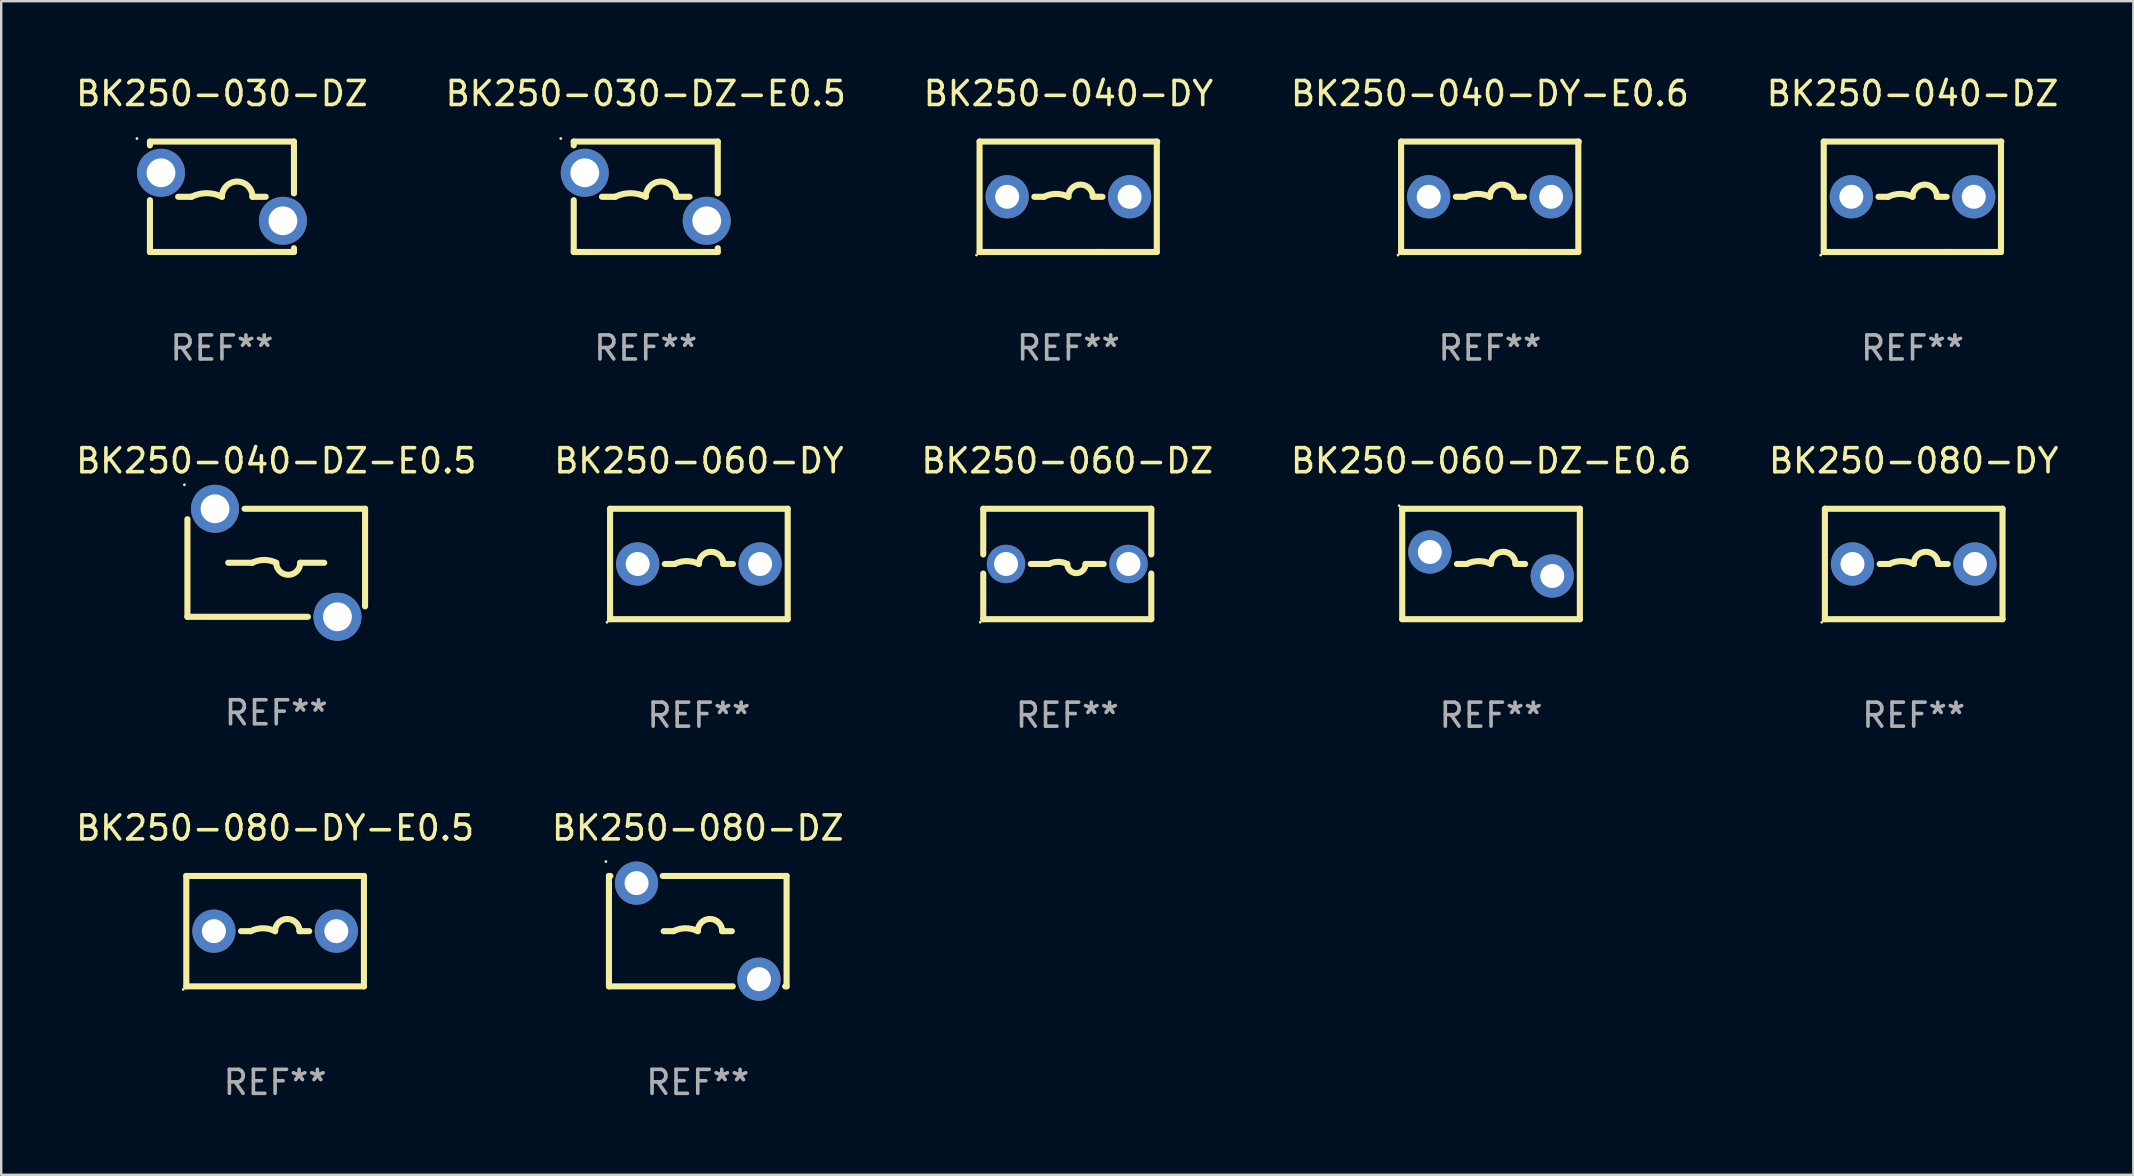
<source format=kicad_pcb>
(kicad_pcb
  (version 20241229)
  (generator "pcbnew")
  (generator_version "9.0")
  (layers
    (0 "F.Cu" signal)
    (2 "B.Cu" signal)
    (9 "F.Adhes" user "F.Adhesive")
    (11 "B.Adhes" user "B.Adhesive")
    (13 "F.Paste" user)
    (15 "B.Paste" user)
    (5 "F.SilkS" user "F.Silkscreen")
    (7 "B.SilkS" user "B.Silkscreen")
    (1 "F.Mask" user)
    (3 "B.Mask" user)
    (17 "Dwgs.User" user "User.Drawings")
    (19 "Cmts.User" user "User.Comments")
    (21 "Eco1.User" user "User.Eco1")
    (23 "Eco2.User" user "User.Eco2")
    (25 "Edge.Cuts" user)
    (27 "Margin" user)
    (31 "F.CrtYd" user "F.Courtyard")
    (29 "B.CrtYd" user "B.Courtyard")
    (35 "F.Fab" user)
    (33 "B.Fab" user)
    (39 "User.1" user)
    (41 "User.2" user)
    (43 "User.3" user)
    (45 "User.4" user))
  (footprint "BK250-040-DY"
    (layer "F.Cu")
    (at 41.458 5.148)
    (property "Reference" "BK250-040-DY" (at 0 -4.3 0) (layer "F.SilkS") (effects (font (size 1 1) (thickness 0.15))))
    (attr through_hole)
    (fp_line (start -3.7 -2.3) (end 3.7 -2.3) (stroke (width 0.254) (type solid)) (layer "F.SilkS"))
    (fp_line (start -3.7 2.3) (end -3.7 -2.3) (stroke (width 0.254) (type solid)) (layer "F.SilkS"))
    (fp_line (start -3.7 2.3) (end 1.459 2.3) (stroke (width 0.254) (type solid)) (layer "F.SilkS"))
    (fp_line (start -1.016 -0.000013) (end -1.419 -0.000013) (stroke (width 0.254) (type solid)) (layer "F.SilkS"))
    (fp_line (start 1.016 -0.000013) (end 1.419 -0.000013) (stroke (width 0.254) (type solid)) (layer "F.SilkS"))
    (fp_line (start 1.397 2.3) (end 3.683 2.3) (stroke (width 0.254) (type solid)) (layer "F.SilkS"))
    (fp_line (start 3.683 2.3) (end 3.683 -2.3) (stroke (width 0.254) (type solid)) (layer "F.SilkS"))
    (fp_arc (start -1.016002 -0.000013) (mid -0.508001 -0.119936) (end 0 -0.000013) (stroke (width 0.254001) (type solid)) (layer "F.SilkS"))
    (fp_arc (start 0 -0.000013) (mid 0.508001 -0.508014) (end 1.016002 -0.000013) (stroke (width 0.254001) (type solid)) (layer "F.SilkS"))
    (fp_circle (center -3.827 2.427) (end -3.797 2.427) (stroke (width 0.06) (type solid)) (fill no) (layer "F.SilkS"))
    (fp_text user "REF**" (at 0 6.3 0) (layer "F.Fab") (effects (font (size 1 1) (thickness 0.15))))
    (pad "1" thru_hole circle (at -2.55 -0.000013) (size 1.8 1.8) (drill 1) (layers "*.Cu" "*.Mask"))
    (pad "2" thru_hole circle (at 2.55 -0.000013) (size 1.8 1.8) (drill 1) (layers "*.Cu" "*.Mask")))
  (footprint "BK250-030-DZ-E0.5"
    (layer "F.Cu")
    (at 23.851 5.148)
    (property "Reference" "BK250-030-DZ-E0.5" (at 0 -4.3 0) (layer "F.SilkS") (effects (font (size 1 1) (thickness 0.15))))
    (attr through_hole)
    (fp_line (start -3 -2.3) (end -3 -2.142) (stroke (width 0.254) (type solid)) (layer "F.SilkS"))
    (fp_line (start -3 -2.3) (end 3 -2.3) (stroke (width 0.254) (type solid)) (layer "F.SilkS"))
    (fp_line (start -3 0.142) (end -3 2.3) (stroke (width 0.254) (type solid)) (layer "F.SilkS"))
    (fp_line (start -1.824 0) (end -1.27 0) (stroke (width 0.254) (type solid)) (layer "F.SilkS"))
    (fp_line (start 1.824 0) (end 1.27 0) (stroke (width 0.254) (type solid)) (layer "F.SilkS"))
    (fp_line (start 3 -2.3) (end 3 -0.142) (stroke (width 0.254) (type solid)) (layer "F.SilkS"))
    (fp_line (start 3 2.142) (end 3 2.3) (stroke (width 0.254) (type solid)) (layer "F.SilkS"))
    (fp_line (start 3 2.3) (end -3 2.3) (stroke (width 0.254) (type solid)) (layer "F.SilkS"))
    (fp_arc (start -1.270003 0) (mid -0.635001 -0.149904) (end 0 0) (stroke (width 0.254001) (type solid)) (layer "F.SilkS"))
    (fp_arc (start -0.000001 0) (mid 0.635001 -0.635002) (end 1.270003 0) (stroke (width 0.254001) (type solid)) (layer "F.SilkS"))
    (fp_circle (center -3.54 -2.427) (end -3.51 -2.427) (stroke (width 0.06) (type solid)) (fill no) (layer "F.SilkS"))
    (fp_text user "REF**" (at 0 6.3 0) (layer "F.Fab") (effects (font (size 1 1) (thickness 0.15))))
    (pad "1" thru_hole circle (at -2.54 -1) (size 2 2) (drill 1.2) (layers "*.Cu" "*.Mask"))
    (pad "2" thru_hole circle (at 2.54 1) (size 2 2) (drill 1.2) (layers "*.Cu" "*.Mask")))
  (footprint "BK250-060-DZ-E0.6"
    (layer "F.Cu")
    (at 59.065 20.445)
    (property "Reference" "BK250-060-DZ-E0.6" (at 0 -4.3 0) (layer "F.SilkS") (effects (font (size 1 1) (thickness 0.15))))
    (attr through_hole)
    (fp_line (start -3.7 -2.3) (end 3.7 -2.3) (stroke (width 0.254) (type solid)) (layer "F.SilkS"))
    (fp_line (start -3.7 2.3) (end -3.7 -2.3) (stroke (width 0.254) (type solid)) (layer "F.SilkS"))
    (fp_line (start -1.419 0) (end -1.016 0) (stroke (width 0.254) (type solid)) (layer "F.SilkS"))
    (fp_line (start 1.419 0) (end 1.016 0) (stroke (width 0.254) (type solid)) (layer "F.SilkS"))
    (fp_line (start 3.7 -2.3) (end 3.7 2.3) (stroke (width 0.254) (type solid)) (layer "F.SilkS"))
    (fp_line (start 3.7 2.3) (end -3.7 2.3) (stroke (width 0.254) (type solid)) (layer "F.SilkS"))
    (fp_arc (start -1.016002 0) (mid -0.508001 -0.119923) (end 0 0) (stroke (width 0.254001) (type solid)) (layer "F.SilkS"))
    (fp_arc (start 0 0) (mid 0.508001 -0.508001) (end 1.016002 0) (stroke (width 0.254001) (type solid)) (layer "F.SilkS"))
    (fp_circle (center -3.827 -2.427) (end -3.797 -2.427) (stroke (width 0.06) (type solid)) (fill no) (layer "F.SilkS"))
    (fp_text user "REF**" (at 0 6.3 0) (layer "F.Fab") (effects (font (size 1 1) (thickness 0.15))))
    (pad "1" thru_hole circle (at -2.55 -0.5) (size 1.8 1.8) (drill 1) (layers "*.Cu" "*.Mask"))
    (pad "2" thru_hole circle (at 2.55 0.5) (size 1.8 1.8) (drill 1) (layers "*.Cu" "*.Mask")))
  (footprint "BK250-080-DY-E0.5"
    (layer "F.Cu")
    (at 8.411 35.741)
    (property "Reference" "BK250-080-DY-E0.5" (at 0 -4.3 0) (layer "F.SilkS") (effects (font (size 1 1) (thickness 0.15))))
    (attr through_hole)
    (fp_line (start -3.7 -2.3) (end 3.7 -2.3) (stroke (width 0.254) (type solid)) (layer "F.SilkS"))
    (fp_line (start -3.7 2.3) (end -3.7 -2.3) (stroke (width 0.254) (type solid)) (layer "F.SilkS"))
    (fp_line (start -1.419 0) (end -1.016 0) (stroke (width 0.254) (type solid)) (layer "F.SilkS"))
    (fp_line (start 1.419 0) (end 1.016 0) (stroke (width 0.254) (type solid)) (layer "F.SilkS"))
    (fp_line (start 3.7 -2.3) (end 3.7 2.3) (stroke (width 0.254) (type solid)) (layer "F.SilkS"))
    (fp_line (start 3.7 2.3) (end -3.7 2.3) (stroke (width 0.254) (type solid)) (layer "F.SilkS"))
    (fp_arc (start -1.016002 0) (mid -0.508001 -0.119923) (end 0 0) (stroke (width 0.254001) (type solid)) (layer "F.SilkS"))
    (fp_arc (start 0 0) (mid 0.508001 -0.508001) (end 1.016002 0) (stroke (width 0.254001) (type solid)) (layer "F.SilkS"))
    (fp_circle (center -3.827 2.427) (end -3.797 2.427) (stroke (width 0.06) (type solid)) (fill no) (layer "F.SilkS"))
    (fp_text user "REF**" (at 0 6.3 0) (layer "F.Fab") (effects (font (size 1 1) (thickness 0.15))))
    (pad "1" thru_hole circle (at -2.55 0) (size 1.8 1.8) (drill 1) (layers "*.Cu" "*.Mask"))
    (pad "2" thru_hole circle (at 2.55 0) (size 1.8 1.8) (drill 1) (layers "*.Cu" "*.Mask")))
  (footprint "BK250-030-DZ"
    (layer "F.Cu")
    (at 6.196 5.148)
    (property "Reference" "BK250-030-DZ" (at 0 -4.3 0) (layer "F.SilkS") (effects (font (size 1 1) (thickness 0.15))))
    (attr through_hole)
    (fp_line (start -3 -2.3) (end -3 -2.142) (stroke (width 0.254) (type solid)) (layer "F.SilkS"))
    (fp_line (start -3 -2.3) (end 3 -2.3) (stroke (width 0.254) (type solid)) (layer "F.SilkS"))
    (fp_line (start -3 0.142) (end -3 2.3) (stroke (width 0.254) (type solid)) (layer "F.SilkS"))
    (fp_line (start -1.824 0) (end -1.27 0) (stroke (width 0.254) (type solid)) (layer "F.SilkS"))
    (fp_line (start 1.824 0) (end 1.27 0) (stroke (width 0.254) (type solid)) (layer "F.SilkS"))
    (fp_line (start 3 -2.3) (end 3 -0.142) (stroke (width 0.254) (type solid)) (layer "F.SilkS"))
    (fp_line (start 3 2.142) (end 3 2.3) (stroke (width 0.254) (type solid)) (layer "F.SilkS"))
    (fp_line (start 3 2.3) (end -3 2.3) (stroke (width 0.254) (type solid)) (layer "F.SilkS"))
    (fp_arc (start -1.270003 0) (mid -0.635001 -0.149904) (end 0 0) (stroke (width 0.254001) (type solid)) (layer "F.SilkS"))
    (fp_arc (start -0.000001 0) (mid 0.635001 -0.635002) (end 1.270003 0) (stroke (width 0.254001) (type solid)) (layer "F.SilkS"))
    (fp_circle (center -3.54 -2.427) (end -3.51 -2.427) (stroke (width 0.06) (type solid)) (fill no) (layer "F.SilkS"))
    (fp_text user "REF**" (at 0 6.3 0) (layer "F.Fab") (effects (font (size 1 1) (thickness 0.15))))
    (pad "1" thru_hole circle (at -2.54 -1) (size 2 2) (drill 1.2) (layers "*.Cu" "*.Mask"))
    (pad "2" thru_hole circle (at 2.54 1) (size 2 2) (drill 1.2) (layers "*.Cu" "*.Mask")))
  (footprint "BK250-040-DY-E0.6"
    (layer "F.Cu")
    (at 59.018 5.148)
    (property "Reference" "BK250-040-DY-E0.6" (at 0 -4.3 0) (layer "F.SilkS") (effects (font (size 1 1) (thickness 0.15))))
    (attr through_hole)
    (fp_line (start -3.7 -2.3) (end 3.7 -2.3) (stroke (width 0.254) (type solid)) (layer "F.SilkS"))
    (fp_line (start -3.7 2.3) (end -3.7 -2.3) (stroke (width 0.254) (type solid)) (layer "F.SilkS"))
    (fp_line (start -3.7 2.3) (end 1.459 2.3) (stroke (width 0.254) (type solid)) (layer "F.SilkS"))
    (fp_line (start -1.016 -0.000013) (end -1.419 -0.000013) (stroke (width 0.254) (type solid)) (layer "F.SilkS"))
    (fp_line (start 1.016 -0.000013) (end 1.419 -0.000013) (stroke (width 0.254) (type solid)) (layer "F.SilkS"))
    (fp_line (start 1.397 2.3) (end 3.683 2.3) (stroke (width 0.254) (type solid)) (layer "F.SilkS"))
    (fp_line (start 3.683 2.3) (end 3.683 -2.3) (stroke (width 0.254) (type solid)) (layer "F.SilkS"))
    (fp_arc (start -1.016002 -0.000013) (mid -0.508001 -0.119936) (end 0 -0.000013) (stroke (width 0.254001) (type solid)) (layer "F.SilkS"))
    (fp_arc (start 0 -0.000013) (mid 0.508001 -0.508014) (end 1.016002 -0.000013) (stroke (width 0.254001) (type solid)) (layer "F.SilkS"))
    (fp_circle (center -3.827 2.427) (end -3.797 2.427) (stroke (width 0.06) (type solid)) (fill no) (layer "F.SilkS"))
    (fp_text user "REF**" (at 0 6.3 0) (layer "F.Fab") (effects (font (size 1 1) (thickness 0.15))))
    (pad "1" thru_hole circle (at -2.55 -0.000013) (size 1.8 1.8) (drill 1) (layers "*.Cu" "*.Mask"))
    (pad "2" thru_hole circle (at 2.55 -0.000013) (size 1.8 1.8) (drill 1) (layers "*.Cu" "*.Mask")))
  (footprint "BK250-040-DZ-E0.5"
    (layer "F.Cu")
    (at 8.458 20.395)
    (property "Reference" "BK250-040-DZ-E0.5" (at 0 -4.25 0) (layer "F.SilkS") (effects (font (size 1 1) (thickness 0.15))))
    (attr through_hole)
    (fp_line (start -3.7 2.25) (end -3.7 -1.815) (stroke (width 0.254) (type solid)) (layer "F.SilkS"))
    (fp_line (start -3.7 2.25) (end 1.319 2.25) (stroke (width 0.254) (type solid)) (layer "F.SilkS"))
    (fp_line (start -1 0) (end -2 0) (stroke (width 0.254) (type solid)) (layer "F.SilkS"))
    (fp_line (start 1 0) (end 2 0) (stroke (width 0.254) (type solid)) (layer "F.SilkS"))
    (fp_line (start 3.7 -2.25) (end -1.319 -2.25) (stroke (width 0.254) (type solid)) (layer "F.SilkS"))
    (fp_line (start 3.7 1.815) (end 3.7 -2.25) (stroke (width 0.254) (type solid)) (layer "F.SilkS"))
    (fp_arc (start -1.000762 0) (mid -0.500381 -0.118151) (end 0 0) (stroke (width 0.254001) (type solid)) (layer "F.SilkS"))
    (fp_arc (start 1.000762 0) (mid 0.500381 0.500127) (end 0 0) (stroke (width 0.254001) (type solid)) (layer "F.SilkS"))
    (fp_circle (center -3.827 -3.25) (end -3.797 -3.25) (stroke (width 0.06) (type solid)) (fill no) (layer "F.SilkS"))
    (fp_text user "REF**" (at 0 6.25 0) (layer "F.Fab") (effects (font (size 1 1) (thickness 0.15))))
    (pad "1" thru_hole circle (at -2.55 -2.25) (size 2 2) (drill 1.2) (layers "*.Cu" "*.Mask"))
    (pad "2" thru_hole circle (at 2.55 2.25) (size 2 2) (drill 1.2) (layers "*.Cu" "*.Mask")))
  (footprint "BK250-060-DZ"
    (layer "F.Cu")
    (at 41.411 20.445)
    (property "Reference" "BK250-060-DZ" (at 0 -4.3 0) (layer "F.SilkS") (effects (font (size 1 1) (thickness 0.15))))
    (attr through_hole)
    (fp_line (start -3.5 -2.3) (end -3.5 -0.398) (stroke (width 0.254) (type solid)) (layer "F.SilkS"))
    (fp_line (start -3.5 -2.3) (end 3.5 -2.3) (stroke (width 0.254) (type solid)) (layer "F.SilkS"))
    (fp_line (start -3.5 0.398) (end -3.5 2.3) (stroke (width 0.254) (type solid)) (layer "F.SilkS"))
    (fp_line (start -1.519 0) (end -0.762 0) (stroke (width 0.254) (type solid)) (layer "F.SilkS"))
    (fp_line (start 1.519 0) (end 0.762 0) (stroke (width 0.254) (type solid)) (layer "F.SilkS"))
    (fp_line (start 3.5 -2.3) (end 3.5 -0.397) (stroke (width 0.254) (type solid)) (layer "F.SilkS"))
    (fp_line (start 3.5 0.397) (end 3.5 2.3) (stroke (width 0.254) (type solid)) (layer "F.SilkS"))
    (fp_line (start 3.5 2.3) (end -3.5 2.3) (stroke (width 0.254) (type solid)) (layer "F.SilkS"))
    (fp_arc (start -0.762129 0) (mid -0.381128 -0.089942) (end -0.000127 0) (stroke (width 0.254001) (type solid)) (layer "F.SilkS"))
    (fp_arc (start 0.761875 0) (mid 0.380874 0.381001) (end -0.000127 0) (stroke (width 0.254001) (type solid)) (layer "F.SilkS"))
    (fp_circle (center -3.627 2.427) (end -3.597 2.427) (stroke (width 0.06) (type solid)) (fill no) (layer "F.SilkS"))
    (fp_text user "REF**" (at 0 6.3 0) (layer "F.Fab") (effects (font (size 1 1) (thickness 0.15))))
    (pad "1" thru_hole circle (at -2.55 0) (size 1.6 1.6) (drill 1) (layers "*.Cu" "*.Mask"))
    (pad "2" thru_hole circle (at 2.55 0) (size 1.6 1.6) (drill 1) (layers "*.Cu" "*.Mask")))
  (footprint "BK250-040-DZ"
    (layer "F.Cu")
    (at 76.625 5.148)
    (property "Reference" "BK250-040-DZ" (at 0 -4.3 0) (layer "F.SilkS") (effects (font (size 1 1) (thickness 0.15))))
    (attr through_hole)
    (fp_line (start -3.7 -2.3) (end 3.7 -2.3) (stroke (width 0.254) (type solid)) (layer "F.SilkS"))
    (fp_line (start -3.7 2.3) (end -3.7 -2.3) (stroke (width 0.254) (type solid)) (layer "F.SilkS"))
    (fp_line (start -3.7 2.3) (end 1.459 2.3) (stroke (width 0.254) (type solid)) (layer "F.SilkS"))
    (fp_line (start -1.016 -0.000013) (end -1.419 -0.000013) (stroke (width 0.254) (type solid)) (layer "F.SilkS"))
    (fp_line (start 1.016 -0.000013) (end 1.419 -0.000013) (stroke (width 0.254) (type solid)) (layer "F.SilkS"))
    (fp_line (start 1.397 2.3) (end 3.683 2.3) (stroke (width 0.254) (type solid)) (layer "F.SilkS"))
    (fp_line (start 3.683 2.3) (end 3.683 -2.3) (stroke (width 0.254) (type solid)) (layer "F.SilkS"))
    (fp_arc (start -1.016002 -0.000013) (mid -0.508001 -0.119936) (end 0 -0.000013) (stroke (width 0.254001) (type solid)) (layer "F.SilkS"))
    (fp_arc (start 0 -0.000013) (mid 0.508001 -0.508014) (end 1.016002 -0.000013) (stroke (width 0.254001) (type solid)) (layer "F.SilkS"))
    (fp_circle (center -3.827 2.427) (end -3.797 2.427) (stroke (width 0.06) (type solid)) (fill no) (layer "F.SilkS"))
    (fp_text user "REF**" (at 0 6.3 0) (layer "F.Fab") (effects (font (size 1 1) (thickness 0.15))))
    (pad "1" thru_hole circle (at -2.55 -0.000013) (size 1.8 1.8) (drill 1) (layers "*.Cu" "*.Mask"))
    (pad "2" thru_hole circle (at 2.55 -0.000013) (size 1.8 1.8) (drill 1) (layers "*.Cu" "*.Mask")))
  (footprint "BK250-080-DZ"
    (layer "F.Cu")
    (at 26.018 35.741)
    (property "Reference" "BK250-080-DZ" (at 0 -4.3 0) (layer "F.SilkS") (effects (font (size 1 1) (thickness 0.15))))
    (attr through_hole)
    (fp_line (start -3.7 -2.3) (end -3.64 -2.3) (stroke (width 0.254) (type solid)) (layer "F.SilkS"))
    (fp_line (start -3.7 2.3) (end -3.7 -2.3) (stroke (width 0.254) (type solid)) (layer "F.SilkS"))
    (fp_line (start -3.7 2.3) (end 1.459 2.3) (stroke (width 0.254) (type solid)) (layer "F.SilkS"))
    (fp_line (start -1.459 -2.3) (end 3.7 -2.3) (stroke (width 0.254) (type solid)) (layer "F.SilkS"))
    (fp_line (start -1.419 0) (end -1.016 0) (stroke (width 0.254) (type solid)) (layer "F.SilkS"))
    (fp_line (start 1.419 0) (end 1.016 0) (stroke (width 0.254) (type solid)) (layer "F.SilkS"))
    (fp_line (start 3.64 2.3) (end 3.7 2.3) (stroke (width 0.254) (type solid)) (layer "F.SilkS"))
    (fp_line (start 3.7 -2.3) (end 3.7 2.3) (stroke (width 0.254) (type solid)) (layer "F.SilkS"))
    (fp_arc (start -1.016002 0) (mid -0.508001 -0.119923) (end 0 0) (stroke (width 0.254001) (type solid)) (layer "F.SilkS"))
    (fp_arc (start 0 0) (mid 0.508001 -0.508001) (end 1.016002 0) (stroke (width 0.254001) (type solid)) (layer "F.SilkS"))
    (fp_circle (center -3.827 -2.9) (end -3.797 -2.9) (stroke (width 0.06) (type solid)) (fill no) (layer "F.SilkS"))
    (fp_text user "REF**" (at 0 6.3 0) (layer "F.Fab") (effects (font (size 1 1) (thickness 0.15))))
    (pad "1" thru_hole circle (at -2.55 -2) (size 1.8 1.8) (drill 1) (layers "*.Cu" "*.Mask"))
    (pad "2" thru_hole circle (at 2.55 2) (size 1.8 1.8) (drill 1) (layers "*.Cu" "*.Mask")))
  (footprint "BK250-060-DY"
    (layer "F.Cu")
    (at 26.065 20.445)
    (property "Reference" "BK250-060-DY" (at 0 -4.3 0) (layer "F.SilkS") (effects (font (size 1 1) (thickness 0.15))))
    (attr through_hole)
    (fp_line (start -3.7 -2.3) (end 3.7 -2.3) (stroke (width 0.254) (type solid)) (layer "F.SilkS"))
    (fp_line (start -3.7 2.3) (end -3.7 -2.3) (stroke (width 0.254) (type solid)) (layer "F.SilkS"))
    (fp_line (start -1.419 0) (end -1.016 0) (stroke (width 0.254) (type solid)) (layer "F.SilkS"))
    (fp_line (start 1.419 0) (end 1.016 0) (stroke (width 0.254) (type solid)) (layer "F.SilkS"))
    (fp_line (start 3.7 -2.3) (end 3.7 2.3) (stroke (width 0.254) (type solid)) (layer "F.SilkS"))
    (fp_line (start 3.7 2.3) (end -3.7 2.3) (stroke (width 0.254) (type solid)) (layer "F.SilkS"))
    (fp_arc (start -1.016002 0) (mid -0.508001 -0.119923) (end 0 0) (stroke (width 0.254001) (type solid)) (layer "F.SilkS"))
    (fp_arc (start 0 0) (mid 0.508001 -0.508001) (end 1.016002 0) (stroke (width 0.254001) (type solid)) (layer "F.SilkS"))
    (fp_circle (center -3.827 2.427) (end -3.797 2.427) (stroke (width 0.06) (type solid)) (fill no) (layer "F.SilkS"))
    (fp_text user "REF**" (at 0 6.3 0) (layer "F.Fab") (effects (font (size 1 1) (thickness 0.15))))
    (pad "1" thru_hole circle (at -2.55 0) (size 1.8 1.8) (drill 1) (layers "*.Cu" "*.Mask"))
    (pad "2" thru_hole circle (at 2.55 0) (size 1.8 1.8) (drill 1) (layers "*.Cu" "*.Mask")))
  (footprint "BK250-080-DY"
    (layer "F.Cu")
    (at 76.673 20.445)
    (property "Reference" "BK250-080-DY" (at 0 -4.3 0) (layer "F.SilkS") (effects (font (size 1 1) (thickness 0.15))))
    (attr through_hole)
    (fp_line (start -3.7 -2.3) (end 3.7 -2.3) (stroke (width 0.254) (type solid)) (layer "F.SilkS"))
    (fp_line (start -3.7 2.3) (end -3.7 -2.3) (stroke (width 0.254) (type solid)) (layer "F.SilkS"))
    (fp_line (start -1.419 0) (end -1.016 0) (stroke (width 0.254) (type solid)) (layer "F.SilkS"))
    (fp_line (start 1.419 0) (end 1.016 0) (stroke (width 0.254) (type solid)) (layer "F.SilkS"))
    (fp_line (start 3.7 -2.3) (end 3.7 2.3) (stroke (width 0.254) (type solid)) (layer "F.SilkS"))
    (fp_line (start 3.7 2.3) (end -3.7 2.3) (stroke (width 0.254) (type solid)) (layer "F.SilkS"))
    (fp_arc (start -1.016002 0) (mid -0.508001 -0.119923) (end 0 0) (stroke (width 0.254001) (type solid)) (layer "F.SilkS"))
    (fp_arc (start 0 0) (mid 0.508001 -0.508001) (end 1.016002 0) (stroke (width 0.254001) (type solid)) (layer "F.SilkS"))
    (fp_circle (center -3.827 2.427) (end -3.797 2.427) (stroke (width 0.06) (type solid)) (fill no) (layer "F.SilkS"))
    (fp_text user "REF**" (at 0 6.3 0) (layer "F.Fab") (effects (font (size 1 1) (thickness 0.15))))
    (pad "1" thru_hole circle (at -2.55 0) (size 1.8 1.8) (drill 1) (layers "*.Cu" "*.Mask"))
    (pad "2" thru_hole circle (at 2.55 0) (size 1.8 1.8) (drill 1) (layers "*.Cu" "*.Mask")))
  (gr_rect
    (start -3 -3)
    (end 85.821 45.89)
    (stroke (width 0.1) (type default))
    (fill no)
    (layer "Edge.Cuts")))
</source>
